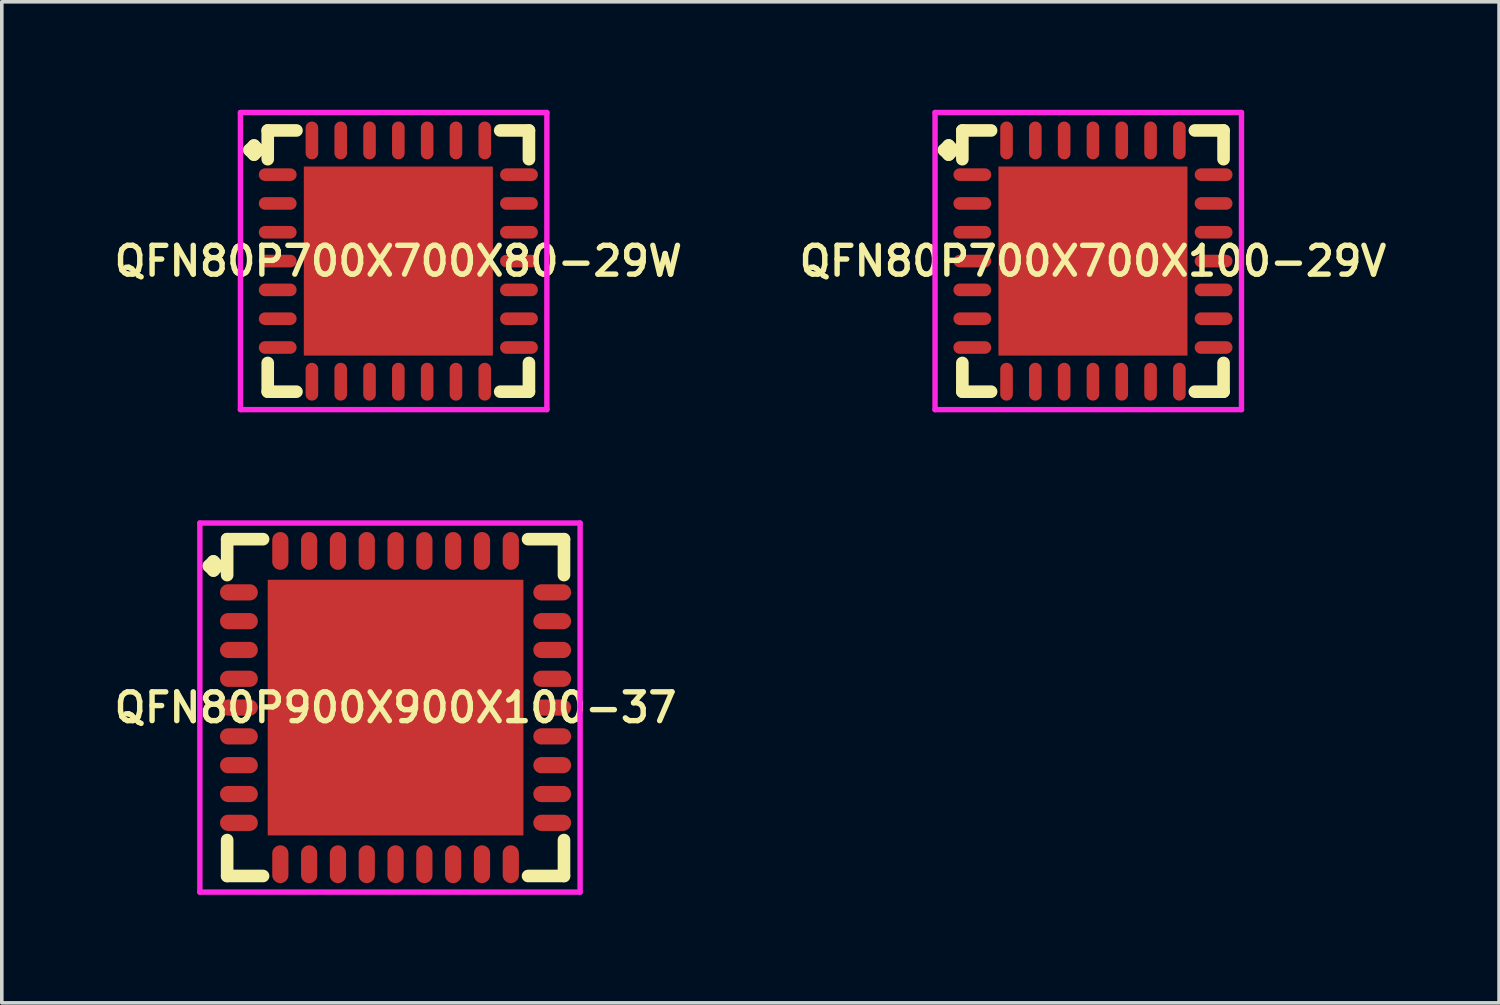
<source format=kicad_pcb>
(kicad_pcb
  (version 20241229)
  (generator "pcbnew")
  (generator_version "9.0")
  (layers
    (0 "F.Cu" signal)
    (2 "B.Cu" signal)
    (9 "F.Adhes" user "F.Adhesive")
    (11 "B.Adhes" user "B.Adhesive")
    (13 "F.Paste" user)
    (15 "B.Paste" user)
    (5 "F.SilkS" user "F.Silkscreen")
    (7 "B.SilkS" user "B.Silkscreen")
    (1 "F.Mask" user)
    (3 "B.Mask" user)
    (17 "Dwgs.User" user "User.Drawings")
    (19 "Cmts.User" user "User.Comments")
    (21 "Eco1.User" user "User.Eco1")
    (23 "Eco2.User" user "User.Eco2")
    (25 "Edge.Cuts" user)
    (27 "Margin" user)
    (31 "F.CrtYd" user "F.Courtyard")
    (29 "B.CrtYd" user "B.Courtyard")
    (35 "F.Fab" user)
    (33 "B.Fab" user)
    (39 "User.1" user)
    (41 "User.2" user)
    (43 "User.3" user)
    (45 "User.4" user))
  (footprint "QFN80P900X900X100-37"
    (layer "F.Cu")
    (at 7.935 16.6)
    (property "Reference" "QFN80P900X900X100-37" (at 0 0 0) (layer "F.SilkS") (effects (font (size 0.8 0.8) (thickness 0.15))))
    (attr smd)
    (fp_line (start -5.185 -3.933) (end -5.058 -4.06) (stroke (width 0.35) (type solid)) (layer "F.SilkS"))
    (fp_line (start -5.058 -4.06) (end -4.931 -3.933) (stroke (width 0.35) (type solid)) (layer "F.SilkS"))
    (fp_line (start -5.058 -3.806) (end -5.185 -3.933) (stroke (width 0.35) (type solid)) (layer "F.SilkS"))
    (fp_line (start -4.931 -3.933) (end -5.058 -3.806) (stroke (width 0.35) (type solid)) (layer "F.SilkS"))
    (fp_line (start -4.677 -4.677) (end -3.679 -4.677) (stroke (width 0.35) (type solid)) (layer "F.SilkS"))
    (fp_line (start -4.677 -3.679) (end -4.677 -4.677) (stroke (width 0.35) (type solid)) (layer "F.SilkS"))
    (fp_line (start -4.677 3.679) (end -4.677 4.677) (stroke (width 0.35) (type solid)) (layer "F.SilkS"))
    (fp_line (start -4.677 4.677) (end -3.679 4.677) (stroke (width 0.35) (type solid)) (layer "F.SilkS"))
    (fp_line (start 3.679 -4.677) (end 4.677 -4.677) (stroke (width 0.35) (type solid)) (layer "F.SilkS"))
    (fp_line (start 3.679 4.677) (end 4.677 4.677) (stroke (width 0.35) (type solid)) (layer "F.SilkS"))
    (fp_line (start 4.677 -4.677) (end 4.677 -3.679) (stroke (width 0.35) (type solid)) (layer "F.SilkS"))
    (fp_line (start 4.677 4.677) (end 4.677 3.679) (stroke (width 0.35) (type solid)) (layer "F.SilkS"))
    (fp_line (start -5.435 -5.125) (end 5.125 -5.125) (stroke (width 0.15) (type solid)) (layer "F.CrtYd"))
    (fp_line (start -5.435 5.125) (end -5.435 -5.125) (stroke (width 0.15) (type solid)) (layer "F.CrtYd"))
    (fp_line (start 5.125 -5.125) (end 5.125 5.125) (stroke (width 0.15) (type solid)) (layer "F.CrtYd"))
    (fp_line (start 5.125 5.125) (end -5.435 5.125) (stroke (width 0.15) (type solid)) (layer "F.CrtYd"))
    (pad "1" smd oval (at -4.35 -3.2) (size 1.05 0.45) (layers "F.Cu" "F.Mask" "F.Paste"))
    (pad "2" smd oval (at -4.35 -2.4) (size 1.05 0.45) (layers "F.Cu" "F.Mask" "F.Paste"))
    (pad "3" smd oval (at -4.35 -1.6) (size 1.05 0.45) (layers "F.Cu" "F.Mask" "F.Paste"))
    (pad "4" smd oval (at -4.35 -0.8) (size 1.05 0.45) (layers "F.Cu" "F.Mask" "F.Paste"))
    (pad "5" smd oval (at -4.35 0) (size 1.05 0.45) (layers "F.Cu" "F.Mask" "F.Paste"))
    (pad "6" smd oval (at -4.35 0.8) (size 1.05 0.45) (layers "F.Cu" "F.Mask" "F.Paste"))
    (pad "7" smd oval (at -4.35 1.6) (size 1.05 0.45) (layers "F.Cu" "F.Mask" "F.Paste"))
    (pad "8" smd oval (at -4.35 2.4) (size 1.05 0.45) (layers "F.Cu" "F.Mask" "F.Paste"))
    (pad "9" smd oval (at -4.35 3.2) (size 1.05 0.45) (layers "F.Cu" "F.Mask" "F.Paste"))
    (pad "10" smd oval (at -3.2 4.35) (size 0.45 1.05) (layers "F.Cu" "F.Mask" "F.Paste"))
    (pad "11" smd oval (at -2.4 4.35) (size 0.45 1.05) (layers "F.Cu" "F.Mask" "F.Paste"))
    (pad "12" smd oval (at -1.6 4.35) (size 0.45 1.05) (layers "F.Cu" "F.Mask" "F.Paste"))
    (pad "13" smd oval (at -0.8 4.35) (size 0.45 1.05) (layers "F.Cu" "F.Mask" "F.Paste"))
    (pad "14" smd oval (at 0 4.35) (size 0.45 1.05) (layers "F.Cu" "F.Mask" "F.Paste"))
    (pad "15" smd oval (at 0.8 4.35) (size 0.45 1.05) (layers "F.Cu" "F.Mask" "F.Paste"))
    (pad "16" smd oval (at 1.6 4.35) (size 0.45 1.05) (layers "F.Cu" "F.Mask" "F.Paste"))
    (pad "17" smd oval (at 2.4 4.35) (size 0.45 1.05) (layers "F.Cu" "F.Mask" "F.Paste"))
    (pad "18" smd oval (at 3.2 4.35) (size 0.45 1.05) (layers "F.Cu" "F.Mask" "F.Paste"))
    (pad "19" smd oval (at 4.35 3.2) (size 1.05 0.45) (layers "F.Cu" "F.Mask" "F.Paste"))
    (pad "20" smd oval (at 4.35 2.4) (size 1.05 0.45) (layers "F.Cu" "F.Mask" "F.Paste"))
    (pad "21" smd oval (at 4.35 1.6) (size 1.05 0.45) (layers "F.Cu" "F.Mask" "F.Paste"))
    (pad "22" smd oval (at 4.35 0.8) (size 1.05 0.45) (layers "F.Cu" "F.Mask" "F.Paste"))
    (pad "23" smd oval (at 4.35 0) (size 1.05 0.45) (layers "F.Cu" "F.Mask" "F.Paste"))
    (pad "24" smd oval (at 4.35 -0.8) (size 1.05 0.45) (layers "F.Cu" "F.Mask" "F.Paste"))
    (pad "25" smd oval (at 4.35 -1.6) (size 1.05 0.45) (layers "F.Cu" "F.Mask" "F.Paste"))
    (pad "26" smd oval (at 4.35 -2.4) (size 1.05 0.45) (layers "F.Cu" "F.Mask" "F.Paste"))
    (pad "27" smd oval (at 4.35 -3.2) (size 1.05 0.45) (layers "F.Cu" "F.Mask" "F.Paste"))
    (pad "28" smd oval (at 3.2 -4.35) (size 0.45 1.05) (layers "F.Cu" "F.Mask" "F.Paste"))
    (pad "29" smd oval (at 2.4 -4.35) (size 0.45 1.05) (layers "F.Cu" "F.Mask" "F.Paste"))
    (pad "30" smd oval (at 1.6 -4.35) (size 0.45 1.05) (layers "F.Cu" "F.Mask" "F.Paste"))
    (pad "31" smd oval (at 0.8 -4.35) (size 0.45 1.05) (layers "F.Cu" "F.Mask" "F.Paste"))
    (pad "32" smd oval (at 0 -4.35) (size 0.45 1.05) (layers "F.Cu" "F.Mask" "F.Paste"))
    (pad "33" smd oval (at -0.8 -4.35) (size 0.45 1.05) (layers "F.Cu" "F.Mask" "F.Paste"))
    (pad "34" smd oval (at -1.6 -4.35) (size 0.45 1.05) (layers "F.Cu" "F.Mask" "F.Paste"))
    (pad "35" smd oval (at -2.4 -4.35) (size 0.45 1.05) (layers "F.Cu" "F.Mask" "F.Paste"))
    (pad "36" smd oval (at -3.2 -4.35) (size 0.45 1.05) (layers "F.Cu" "F.Mask" "F.Paste"))
    (pad "37" smd rect (at 0 0) (size 7.1 7.1) (layers "F.Cu" "F.Mask" "F.Paste")))
  (footprint "QFN80P700X700X100-29V"
    (layer "F.Cu")
    (at 27.302 4.2)
    (property "Reference" "QFN80P700X700X100-29V" (at 0 0 0) (layer "F.SilkS") (effects (font (size 0.8 0.8) (thickness 0.15))))
    (attr smd)
    (fp_line (start -4.135 -3.083) (end -4.008 -3.21) (stroke (width 0.35) (type solid)) (layer "F.SilkS"))
    (fp_line (start -4.008 -3.21) (end -3.881 -3.083) (stroke (width 0.35) (type solid)) (layer "F.SilkS"))
    (fp_line (start -4.008 -2.956) (end -4.135 -3.083) (stroke (width 0.35) (type solid)) (layer "F.SilkS"))
    (fp_line (start -3.881 -3.083) (end -4.008 -2.956) (stroke (width 0.35) (type solid)) (layer "F.SilkS"))
    (fp_line (start -3.627 -3.627) (end -2.829 -3.627) (stroke (width 0.35) (type solid)) (layer "F.SilkS"))
    (fp_line (start -3.627 -2.829) (end -3.627 -3.627) (stroke (width 0.35) (type solid)) (layer "F.SilkS"))
    (fp_line (start -3.627 2.829) (end -3.627 3.627) (stroke (width 0.35) (type solid)) (layer "F.SilkS"))
    (fp_line (start -3.627 3.627) (end -2.829 3.627) (stroke (width 0.35) (type solid)) (layer "F.SilkS"))
    (fp_line (start 2.829 -3.627) (end 3.627 -3.627) (stroke (width 0.35) (type solid)) (layer "F.SilkS"))
    (fp_line (start 2.829 3.627) (end 3.627 3.627) (stroke (width 0.35) (type solid)) (layer "F.SilkS"))
    (fp_line (start 3.627 -3.627) (end 3.627 -2.829) (stroke (width 0.35) (type solid)) (layer "F.SilkS"))
    (fp_line (start 3.627 3.627) (end 3.627 2.829) (stroke (width 0.35) (type solid)) (layer "F.SilkS"))
    (fp_line (start -4.385 -4.125) (end 4.125 -4.125) (stroke (width 0.15) (type solid)) (layer "F.CrtYd"))
    (fp_line (start -4.385 4.125) (end -4.385 -4.125) (stroke (width 0.15) (type solid)) (layer "F.CrtYd"))
    (fp_line (start 4.125 -4.125) (end 4.125 4.125) (stroke (width 0.15) (type solid)) (layer "F.CrtYd"))
    (fp_line (start 4.125 4.125) (end -4.385 4.125) (stroke (width 0.15) (type solid)) (layer "F.CrtYd"))
    (pad "1" smd oval (at -3.35 -2.4) (size 1.05 0.35) (layers "F.Cu" "F.Mask" "F.Paste"))
    (pad "2" smd oval (at -3.35 -1.6) (size 1.05 0.35) (layers "F.Cu" "F.Mask" "F.Paste"))
    (pad "3" smd oval (at -3.35 -0.8) (size 1.05 0.35) (layers "F.Cu" "F.Mask" "F.Paste"))
    (pad "4" smd oval (at -3.35 0) (size 1.05 0.35) (layers "F.Cu" "F.Mask" "F.Paste"))
    (pad "5" smd oval (at -3.35 0.8) (size 1.05 0.35) (layers "F.Cu" "F.Mask" "F.Paste"))
    (pad "6" smd oval (at -3.35 1.6) (size 1.05 0.35) (layers "F.Cu" "F.Mask" "F.Paste"))
    (pad "7" smd oval (at -3.35 2.4) (size 1.05 0.35) (layers "F.Cu" "F.Mask" "F.Paste"))
    (pad "8" smd oval (at -2.4 3.35) (size 0.35 1.05) (layers "F.Cu" "F.Mask" "F.Paste"))
    (pad "9" smd oval (at -1.6 3.35) (size 0.35 1.05) (layers "F.Cu" "F.Mask" "F.Paste"))
    (pad "10" smd oval (at -0.8 3.35) (size 0.35 1.05) (layers "F.Cu" "F.Mask" "F.Paste"))
    (pad "11" smd oval (at 0 3.35) (size 0.35 1.05) (layers "F.Cu" "F.Mask" "F.Paste"))
    (pad "12" smd oval (at 0.8 3.35) (size 0.35 1.05) (layers "F.Cu" "F.Mask" "F.Paste"))
    (pad "13" smd oval (at 1.6 3.35) (size 0.35 1.05) (layers "F.Cu" "F.Mask" "F.Paste"))
    (pad "14" smd oval (at 2.4 3.35) (size 0.35 1.05) (layers "F.Cu" "F.Mask" "F.Paste"))
    (pad "15" smd oval (at 3.35 2.4) (size 1.05 0.35) (layers "F.Cu" "F.Mask" "F.Paste"))
    (pad "16" smd oval (at 3.35 1.6) (size 1.05 0.35) (layers "F.Cu" "F.Mask" "F.Paste"))
    (pad "17" smd oval (at 3.35 0.8) (size 1.05 0.35) (layers "F.Cu" "F.Mask" "F.Paste"))
    (pad "18" smd oval (at 3.35 0) (size 1.05 0.35) (layers "F.Cu" "F.Mask" "F.Paste"))
    (pad "19" smd oval (at 3.35 -0.8) (size 1.05 0.35) (layers "F.Cu" "F.Mask" "F.Paste"))
    (pad "20" smd oval (at 3.35 -1.6) (size 1.05 0.35) (layers "F.Cu" "F.Mask" "F.Paste"))
    (pad "21" smd oval (at 3.35 -2.4) (size 1.05 0.35) (layers "F.Cu" "F.Mask" "F.Paste"))
    (pad "22" smd oval (at 2.4 -3.35) (size 0.35 1.05) (layers "F.Cu" "F.Mask" "F.Paste"))
    (pad "23" smd oval (at 1.6 -3.35) (size 0.35 1.05) (layers "F.Cu" "F.Mask" "F.Paste"))
    (pad "24" smd oval (at 0.8 -3.35) (size 0.35 1.05) (layers "F.Cu" "F.Mask" "F.Paste"))
    (pad "25" smd oval (at 0 -3.35) (size 0.35 1.05) (layers "F.Cu" "F.Mask" "F.Paste"))
    (pad "26" smd oval (at -0.8 -3.35) (size 0.35 1.05) (layers "F.Cu" "F.Mask" "F.Paste"))
    (pad "27" smd oval (at -1.6 -3.35) (size 0.35 1.05) (layers "F.Cu" "F.Mask" "F.Paste"))
    (pad "28" smd oval (at -2.4 -3.35) (size 0.35 1.05) (layers "F.Cu" "F.Mask" "F.Paste"))
    (pad "29" smd rect (at 0 0) (size 5.25 5.25) (layers "F.Cu" "F.Mask" "F.Paste")))
  (footprint "QFN80P700X700X80-29W"
    (layer "F.Cu")
    (at 8.012 4.2)
    (property "Reference" "QFN80P700X700X80-29W" (at 0 0 0) (layer "F.SilkS") (effects (font (size 0.8 0.8) (thickness 0.15))))
    (attr smd)
    (fp_line (start -4.135 -3.083) (end -4.008 -3.21) (stroke (width 0.35) (type solid)) (layer "F.SilkS"))
    (fp_line (start -4.008 -3.21) (end -3.881 -3.083) (stroke (width 0.35) (type solid)) (layer "F.SilkS"))
    (fp_line (start -4.008 -2.956) (end -4.135 -3.083) (stroke (width 0.35) (type solid)) (layer "F.SilkS"))
    (fp_line (start -3.881 -3.083) (end -4.008 -2.956) (stroke (width 0.35) (type solid)) (layer "F.SilkS"))
    (fp_line (start -3.627 -3.627) (end -2.829 -3.627) (stroke (width 0.35) (type solid)) (layer "F.SilkS"))
    (fp_line (start -3.627 -2.829) (end -3.627 -3.627) (stroke (width 0.35) (type solid)) (layer "F.SilkS"))
    (fp_line (start -3.627 2.829) (end -3.627 3.627) (stroke (width 0.35) (type solid)) (layer "F.SilkS"))
    (fp_line (start -3.627 3.627) (end -2.829 3.627) (stroke (width 0.35) (type solid)) (layer "F.SilkS"))
    (fp_line (start 2.829 -3.627) (end 3.627 -3.627) (stroke (width 0.35) (type solid)) (layer "F.SilkS"))
    (fp_line (start 2.829 3.627) (end 3.627 3.627) (stroke (width 0.35) (type solid)) (layer "F.SilkS"))
    (fp_line (start 3.627 -3.627) (end 3.627 -2.829) (stroke (width 0.35) (type solid)) (layer "F.SilkS"))
    (fp_line (start 3.627 3.627) (end 3.627 2.829) (stroke (width 0.35) (type solid)) (layer "F.SilkS"))
    (fp_line (start -4.385 -4.125) (end 4.125 -4.125) (stroke (width 0.15) (type solid)) (layer "F.CrtYd"))
    (fp_line (start -4.385 4.125) (end -4.385 -4.125) (stroke (width 0.15) (type solid)) (layer "F.CrtYd"))
    (fp_line (start 4.125 -4.125) (end 4.125 4.125) (stroke (width 0.15) (type solid)) (layer "F.CrtYd"))
    (fp_line (start 4.125 4.125) (end -4.385 4.125) (stroke (width 0.15) (type solid)) (layer "F.CrtYd"))
    (pad "1" smd oval (at -3.35 -2.4) (size 1.05 0.35) (layers "F.Cu" "F.Mask" "F.Paste"))
    (pad "2" smd oval (at -3.35 -1.6) (size 1.05 0.35) (layers "F.Cu" "F.Mask" "F.Paste"))
    (pad "3" smd oval (at -3.35 -0.8) (size 1.05 0.35) (layers "F.Cu" "F.Mask" "F.Paste"))
    (pad "4" smd oval (at -3.35 0) (size 1.05 0.35) (layers "F.Cu" "F.Mask" "F.Paste"))
    (pad "5" smd oval (at -3.35 0.8) (size 1.05 0.35) (layers "F.Cu" "F.Mask" "F.Paste"))
    (pad "6" smd oval (at -3.35 1.6) (size 1.05 0.35) (layers "F.Cu" "F.Mask" "F.Paste"))
    (pad "7" smd oval (at -3.35 2.4) (size 1.05 0.35) (layers "F.Cu" "F.Mask" "F.Paste"))
    (pad "8" smd oval (at -2.4 3.35) (size 0.35 1.05) (layers "F.Cu" "F.Mask" "F.Paste"))
    (pad "9" smd oval (at -1.6 3.35) (size 0.35 1.05) (layers "F.Cu" "F.Mask" "F.Paste"))
    (pad "10" smd oval (at -0.8 3.35) (size 0.35 1.05) (layers "F.Cu" "F.Mask" "F.Paste"))
    (pad "11" smd oval (at 0 3.35) (size 0.35 1.05) (layers "F.Cu" "F.Mask" "F.Paste"))
    (pad "12" smd oval (at 0.8 3.35) (size 0.35 1.05) (layers "F.Cu" "F.Mask" "F.Paste"))
    (pad "13" smd oval (at 1.6 3.35) (size 0.35 1.05) (layers "F.Cu" "F.Mask" "F.Paste"))
    (pad "14" smd oval (at 2.4 3.35) (size 0.35 1.05) (layers "F.Cu" "F.Mask" "F.Paste"))
    (pad "15" smd oval (at 3.35 2.4) (size 1.05 0.35) (layers "F.Cu" "F.Mask" "F.Paste"))
    (pad "16" smd oval (at 3.35 1.6) (size 1.05 0.35) (layers "F.Cu" "F.Mask" "F.Paste"))
    (pad "17" smd oval (at 3.35 0.8) (size 1.05 0.35) (layers "F.Cu" "F.Mask" "F.Paste"))
    (pad "18" smd oval (at 3.35 0) (size 1.05 0.35) (layers "F.Cu" "F.Mask" "F.Paste"))
    (pad "19" smd oval (at 3.35 -0.8) (size 1.05 0.35) (layers "F.Cu" "F.Mask" "F.Paste"))
    (pad "20" smd oval (at 3.35 -1.6) (size 1.05 0.35) (layers "F.Cu" "F.Mask" "F.Paste"))
    (pad "21" smd oval (at 3.35 -2.4) (size 1.05 0.35) (layers "F.Cu" "F.Mask" "F.Paste"))
    (pad "22" smd oval (at 2.4 -3.35) (size 0.35 1.05) (layers "F.Cu" "F.Mask" "F.Paste"))
    (pad "23" smd oval (at 1.6 -3.35) (size 0.35 1.05) (layers "F.Cu" "F.Mask" "F.Paste"))
    (pad "24" smd oval (at 0.8 -3.35) (size 0.35 1.05) (layers "F.Cu" "F.Mask" "F.Paste"))
    (pad "25" smd oval (at 0 -3.35) (size 0.35 1.05) (layers "F.Cu" "F.Mask" "F.Paste"))
    (pad "26" smd oval (at -0.8 -3.35) (size 0.35 1.05) (layers "F.Cu" "F.Mask" "F.Paste"))
    (pad "27" smd oval (at -1.6 -3.35) (size 0.35 1.05) (layers "F.Cu" "F.Mask" "F.Paste"))
    (pad "28" smd oval (at -2.4 -3.35) (size 0.35 1.05) (layers "F.Cu" "F.Mask" "F.Paste"))
    (pad "29" smd rect (at 0 0) (size 5.25 5.25) (layers "F.Cu" "F.Mask" "F.Paste")))
  (gr_rect
    (start -3 -3)
    (end 38.58 24.8)
    (stroke (width 0.1) (type default))
    (fill no)
    (layer "Edge.Cuts")))
</source>
